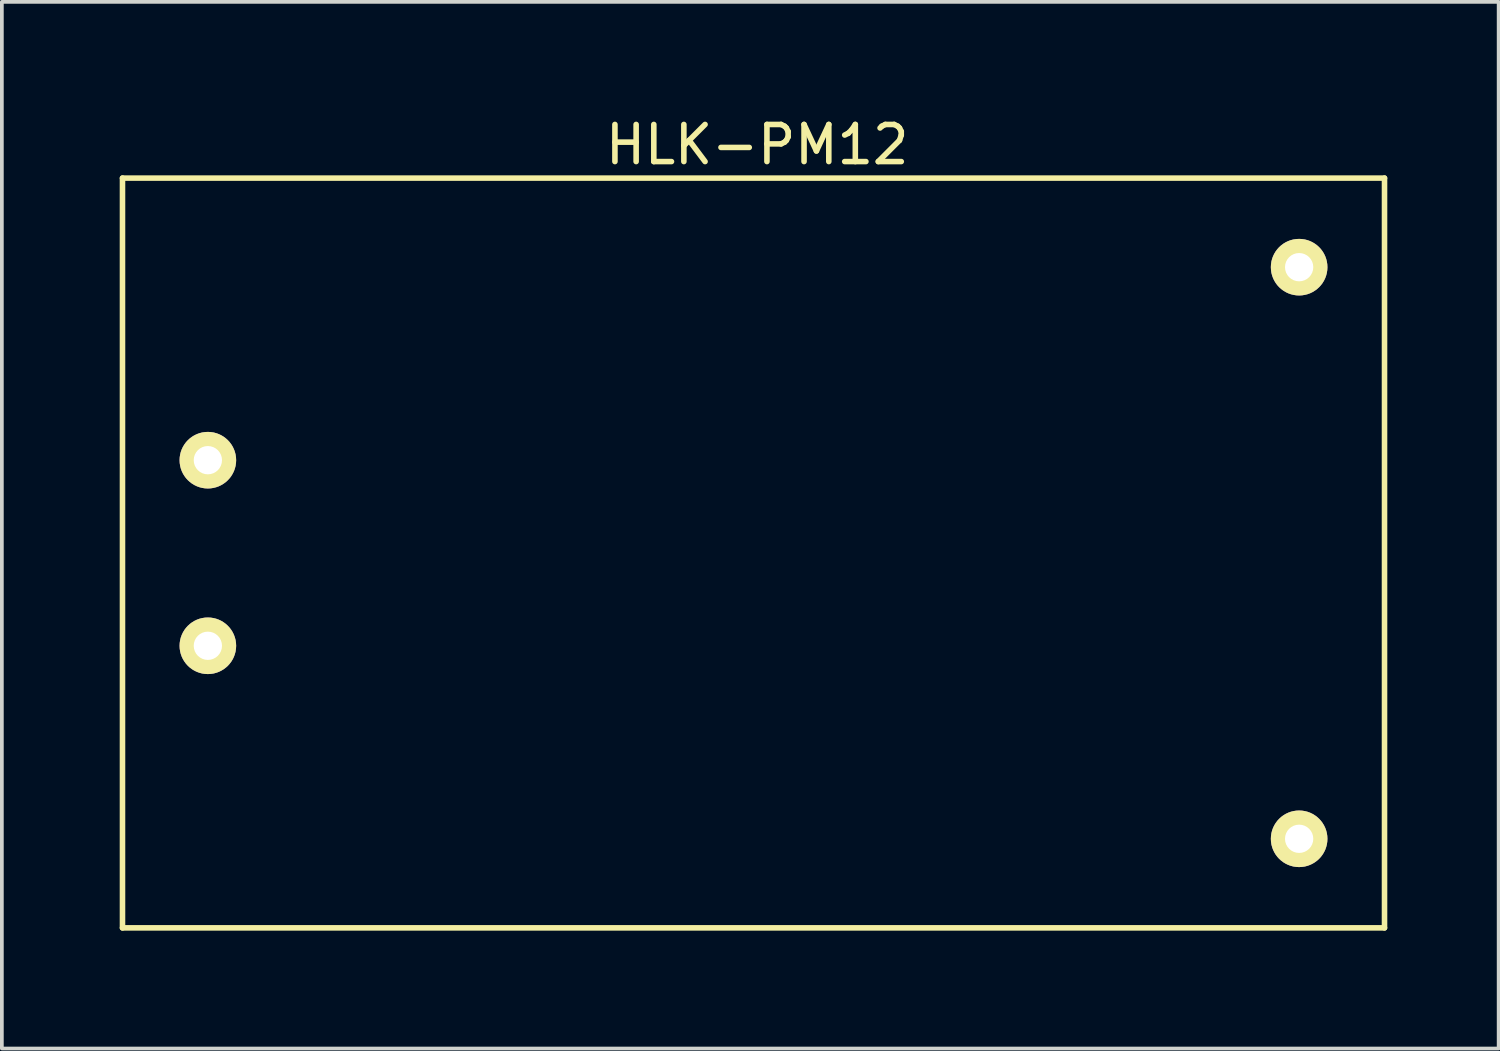
<source format=kicad_pcb>
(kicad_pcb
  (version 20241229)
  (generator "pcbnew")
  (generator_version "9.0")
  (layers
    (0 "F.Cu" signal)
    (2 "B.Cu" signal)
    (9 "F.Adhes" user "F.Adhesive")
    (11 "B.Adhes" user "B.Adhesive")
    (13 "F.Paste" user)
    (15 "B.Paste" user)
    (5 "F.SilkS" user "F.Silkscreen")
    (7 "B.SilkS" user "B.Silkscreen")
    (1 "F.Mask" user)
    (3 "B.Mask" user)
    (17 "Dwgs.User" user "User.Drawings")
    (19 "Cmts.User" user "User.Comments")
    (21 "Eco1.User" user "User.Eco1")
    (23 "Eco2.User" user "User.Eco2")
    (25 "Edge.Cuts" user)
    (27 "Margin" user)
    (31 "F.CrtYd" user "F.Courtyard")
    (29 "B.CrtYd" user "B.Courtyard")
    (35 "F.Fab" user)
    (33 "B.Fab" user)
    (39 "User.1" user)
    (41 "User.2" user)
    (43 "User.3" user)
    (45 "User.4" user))
  (footprint "HLK-PM12"
    (layer "F.Cu")
    (at 0.25 21.948)
    (property "Reference" "HLK-PM12" (at 17.1 -21.1 0) (layer "F.SilkS") (effects (font (size 1 1) (thickness 0.15))))
    (attr through_hole)
    (fp_line (start 0 -20.2) (end 0 0) (stroke (width 0.15) (type solid)) (layer "F.SilkS"))
    (fp_line (start 0 0) (end 34 0) (stroke (width 0.15) (type solid)) (layer "F.SilkS"))
    (fp_line (start 34 -20.2) (end 0 -20.2) (stroke (width 0.15) (type solid)) (layer "F.SilkS"))
    (fp_line (start 34 0) (end 34 -20.2) (stroke (width 0.15) (type solid)) (layer "F.SilkS"))
    (pad "1" thru_hole circle (at 2.3 -12.6) (size 1.524 1.524) (drill 0.762) (layers "*.Cu" "*.Mask" "F.SilkS"))
    (pad "2" thru_hole circle (at 2.3 -7.6) (size 1.524 1.524) (drill 0.762) (layers "*.Cu" "*.Mask" "F.SilkS"))
    (pad "3" thru_hole circle (at 31.7 -17.8) (size 1.524 1.524) (drill 0.762) (layers "*.Cu" "*.Mask" "F.SilkS"))
    (pad "4" thru_hole circle (at 31.7 -2.4) (size 1.524 1.524) (drill 0.762) (layers "*.Cu" "*.Mask" "F.SilkS")))
  (gr_rect
    (start -3 -3)
    (end 37.325 25.198)
    (stroke (width 0.1) (type default))
    (fill no)
    (layer "Edge.Cuts")))
</source>
